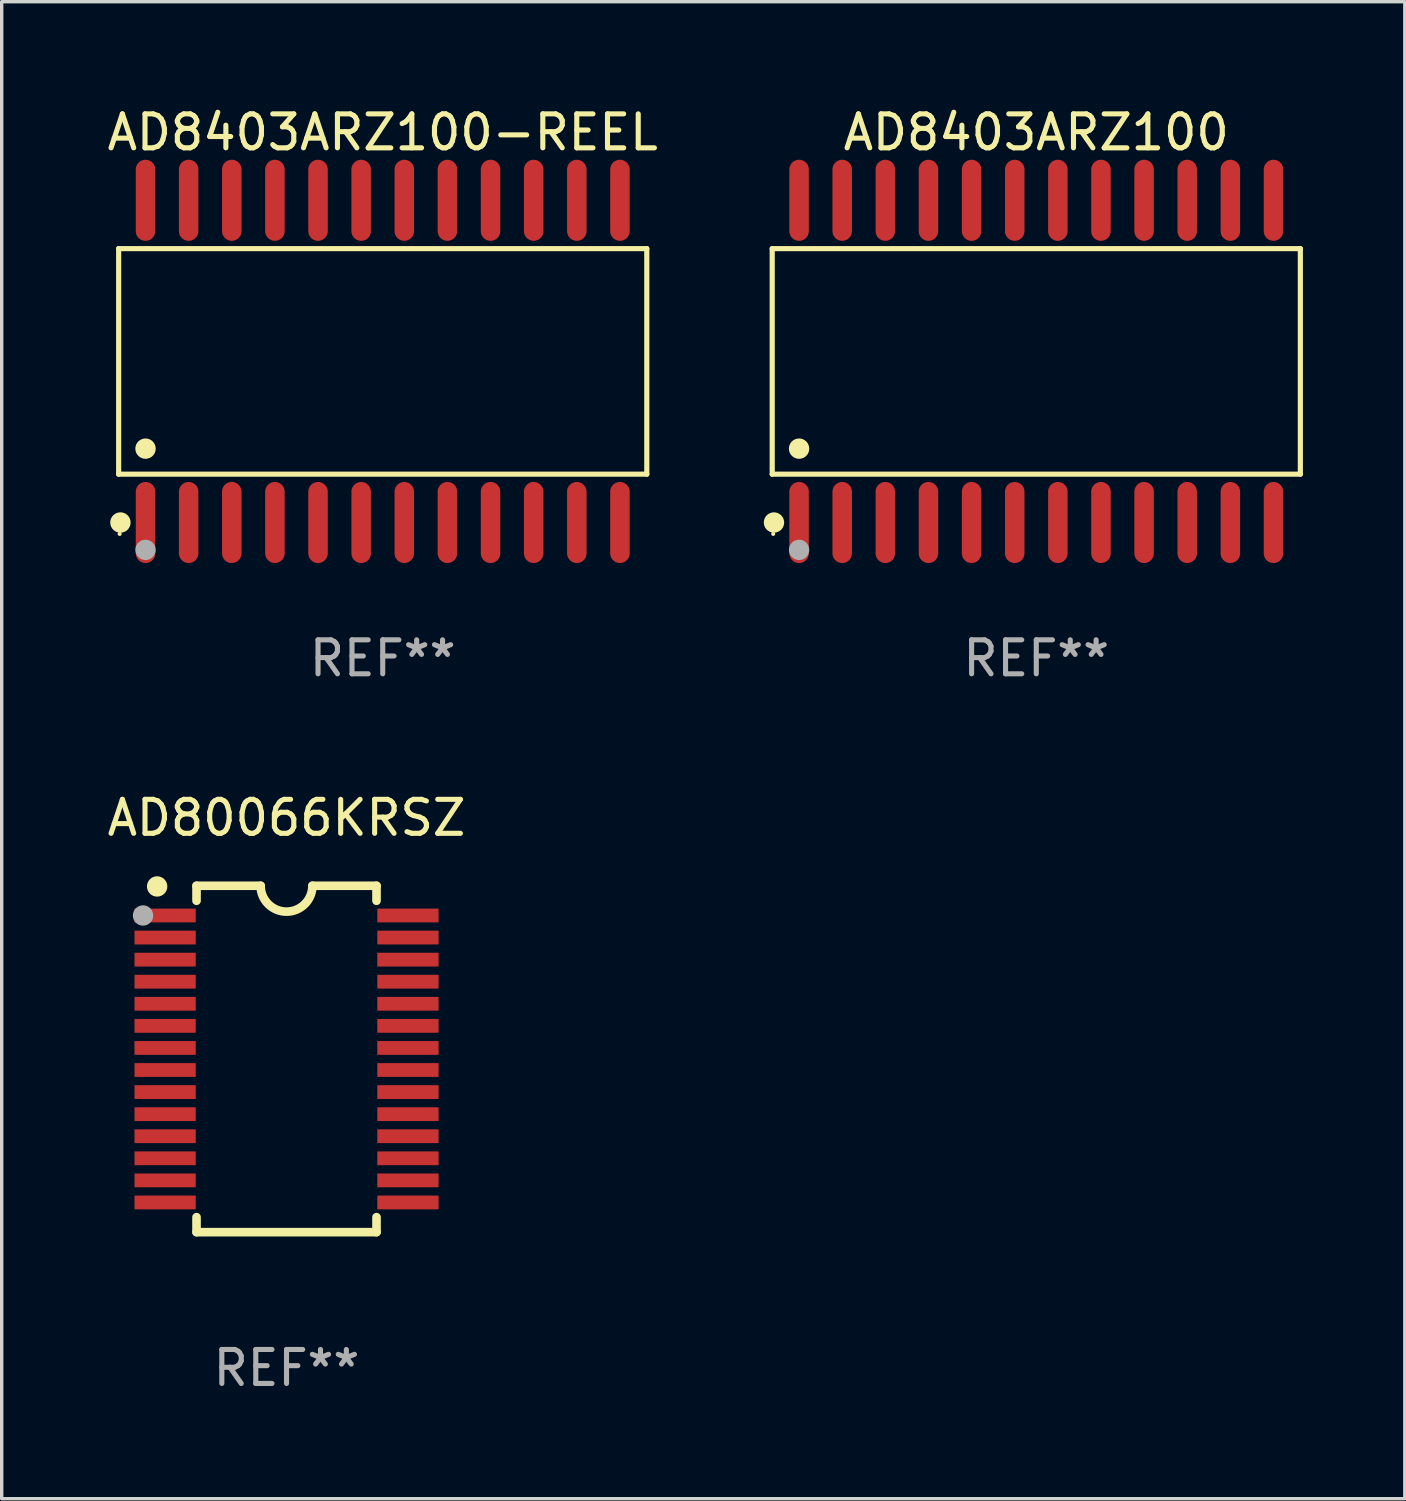
<source format=kicad_pcb>
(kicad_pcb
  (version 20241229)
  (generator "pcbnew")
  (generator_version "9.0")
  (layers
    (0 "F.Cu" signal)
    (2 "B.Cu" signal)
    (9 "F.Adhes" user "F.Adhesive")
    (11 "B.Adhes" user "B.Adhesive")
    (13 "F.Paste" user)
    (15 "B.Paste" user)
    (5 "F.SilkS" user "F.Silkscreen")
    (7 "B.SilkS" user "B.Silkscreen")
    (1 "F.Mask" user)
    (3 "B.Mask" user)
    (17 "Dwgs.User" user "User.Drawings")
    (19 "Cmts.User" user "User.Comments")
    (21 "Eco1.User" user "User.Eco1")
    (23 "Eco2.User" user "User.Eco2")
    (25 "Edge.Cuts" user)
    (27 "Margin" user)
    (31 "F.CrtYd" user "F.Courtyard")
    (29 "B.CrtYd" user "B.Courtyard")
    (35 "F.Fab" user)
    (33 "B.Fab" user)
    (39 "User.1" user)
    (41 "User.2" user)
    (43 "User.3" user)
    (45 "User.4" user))
  (footprint "AD8403ARZ100-REEL"
    (layer "F.Cu")
    (at 8.22 7.592)
    (property "Reference" "AD8403ARZ100-REEL" (at 0 -6.744 0) (layer "F.SilkS") (effects (font (size 1 1) (thickness 0.15))))
    (attr through_hole)
    (fp_line (start -7.776 -3.321) (end 7.776 -3.321) (stroke (width 0.152) (type solid)) (layer "F.SilkS"))
    (fp_line (start -7.776 3.321) (end -7.776 -3.321) (stroke (width 0.152) (type solid)) (layer "F.SilkS"))
    (fp_line (start 7.776 -3.321) (end 7.776 3.321) (stroke (width 0.152) (type solid)) (layer "F.SilkS"))
    (fp_line (start 7.776 3.321) (end -7.776 3.321) (stroke (width 0.152) (type solid)) (layer "F.SilkS"))
    (fp_circle (center -7.747 5.08) (end -7.717 5.08) (stroke (width 0.06) (type solid)) (fill no) (layer "F.SilkS"))
    (fp_circle (center -7.724 4.744) (end -7.574 4.744) (stroke (width 0.3) (type solid)) (fill no) (layer "F.SilkS"))
    (fp_circle (center -6.985 2.569) (end -6.835 2.569) (stroke (width 0.3) (type solid)) (fill no) (layer "F.SilkS"))
    (fp_circle (center -6.985 5.55) (end -6.835 5.55) (stroke (width 0.3) (type solid)) (fill no) (layer "F.Fab"))
    (fp_text user "REF**" (at 0 8.744 0) (layer "F.Fab") (effects (font (size 1 1) (thickness 0.15))))
    (pad "1" smd oval (at -6.985 4.744) (size 0.574 2.388) (layers "F.Cu" "F.Mask" "F.Paste"))
    (pad "2" smd oval (at -5.715 4.744) (size 0.574 2.388) (layers "F.Cu" "F.Mask" "F.Paste"))
    (pad "3" smd oval (at -4.445 4.744) (size 0.574 2.388) (layers "F.Cu" "F.Mask" "F.Paste"))
    (pad "4" smd oval (at -3.175 4.744) (size 0.574 2.388) (layers "F.Cu" "F.Mask" "F.Paste"))
    (pad "5" smd oval (at -1.905 4.744) (size 0.574 2.388) (layers "F.Cu" "F.Mask" "F.Paste"))
    (pad "6" smd oval (at -0.635 4.744) (size 0.574 2.388) (layers "F.Cu" "F.Mask" "F.Paste"))
    (pad "7" smd oval (at 0.635 4.744) (size 0.574 2.388) (layers "F.Cu" "F.Mask" "F.Paste"))
    (pad "8" smd oval (at 1.905 4.744) (size 0.574 2.388) (layers "F.Cu" "F.Mask" "F.Paste"))
    (pad "9" smd oval (at 3.175 4.744) (size 0.574 2.388) (layers "F.Cu" "F.Mask" "F.Paste"))
    (pad "10" smd oval (at 4.445 4.744) (size 0.574 2.388) (layers "F.Cu" "F.Mask" "F.Paste"))
    (pad "11" smd oval (at 5.715 4.744) (size 0.574 2.388) (layers "F.Cu" "F.Mask" "F.Paste"))
    (pad "12" smd oval (at 6.985 4.744) (size 0.574 2.388) (layers "F.Cu" "F.Mask" "F.Paste"))
    (pad "13" smd oval (at 6.985 -4.744) (size 0.574 2.388) (layers "F.Cu" "F.Mask" "F.Paste"))
    (pad "14" smd oval (at 5.715 -4.744) (size 0.574 2.388) (layers "F.Cu" "F.Mask" "F.Paste"))
    (pad "15" smd oval (at 4.445 -4.744) (size 0.574 2.388) (layers "F.Cu" "F.Mask" "F.Paste"))
    (pad "16" smd oval (at 3.175 -4.744) (size 0.574 2.388) (layers "F.Cu" "F.Mask" "F.Paste"))
    (pad "17" smd oval (at 1.905 -4.744) (size 0.574 2.388) (layers "F.Cu" "F.Mask" "F.Paste"))
    (pad "18" smd oval (at 0.635 -4.744) (size 0.574 2.388) (layers "F.Cu" "F.Mask" "F.Paste"))
    (pad "19" smd oval (at -0.635 -4.744) (size 0.574 2.388) (layers "F.Cu" "F.Mask" "F.Paste"))
    (pad "20" smd oval (at -1.905 -4.744) (size 0.574 2.388) (layers "F.Cu" "F.Mask" "F.Paste"))
    (pad "21" smd oval (at -3.175 -4.744) (size 0.574 2.388) (layers "F.Cu" "F.Mask" "F.Paste"))
    (pad "22" smd oval (at -4.445 -4.744) (size 0.574 2.388) (layers "F.Cu" "F.Mask" "F.Paste"))
    (pad "23" smd oval (at -5.715 -4.744) (size 0.574 2.388) (layers "F.Cu" "F.Mask" "F.Paste"))
    (pad "24" smd oval (at -6.985 -4.744) (size 0.574 2.388) (layers "F.Cu" "F.Mask" "F.Paste")))
  (footprint "AD8403ARZ100"
    (layer "F.Cu")
    (at 27.465 7.592)
    (property "Reference" "AD8403ARZ100" (at 0 -6.744 0) (layer "F.SilkS") (effects (font (size 1 1) (thickness 0.15))))
    (attr through_hole)
    (fp_line (start -7.776 -3.321) (end 7.776 -3.321) (stroke (width 0.152) (type solid)) (layer "F.SilkS"))
    (fp_line (start -7.776 3.321) (end -7.776 -3.321) (stroke (width 0.152) (type solid)) (layer "F.SilkS"))
    (fp_line (start 7.776 -3.321) (end 7.776 3.321) (stroke (width 0.152) (type solid)) (layer "F.SilkS"))
    (fp_line (start 7.776 3.321) (end -7.776 3.321) (stroke (width 0.152) (type solid)) (layer "F.SilkS"))
    (fp_circle (center -7.747 5.08) (end -7.717 5.08) (stroke (width 0.06) (type solid)) (fill no) (layer "F.SilkS"))
    (fp_circle (center -7.724 4.744) (end -7.574 4.744) (stroke (width 0.3) (type solid)) (fill no) (layer "F.SilkS"))
    (fp_circle (center -6.985 2.569) (end -6.835 2.569) (stroke (width 0.3) (type solid)) (fill no) (layer "F.SilkS"))
    (fp_circle (center -6.985 5.55) (end -6.835 5.55) (stroke (width 0.3) (type solid)) (fill no) (layer "F.Fab"))
    (fp_text user "REF**" (at 0 8.744 0) (layer "F.Fab") (effects (font (size 1 1) (thickness 0.15))))
    (pad "1" smd oval (at -6.985 4.744) (size 0.574 2.388) (layers "F.Cu" "F.Mask" "F.Paste"))
    (pad "2" smd oval (at -5.715 4.744) (size 0.574 2.388) (layers "F.Cu" "F.Mask" "F.Paste"))
    (pad "3" smd oval (at -4.445 4.744) (size 0.574 2.388) (layers "F.Cu" "F.Mask" "F.Paste"))
    (pad "4" smd oval (at -3.175 4.744) (size 0.574 2.388) (layers "F.Cu" "F.Mask" "F.Paste"))
    (pad "5" smd oval (at -1.905 4.744) (size 0.574 2.388) (layers "F.Cu" "F.Mask" "F.Paste"))
    (pad "6" smd oval (at -0.635 4.744) (size 0.574 2.388) (layers "F.Cu" "F.Mask" "F.Paste"))
    (pad "7" smd oval (at 0.635 4.744) (size 0.574 2.388) (layers "F.Cu" "F.Mask" "F.Paste"))
    (pad "8" smd oval (at 1.905 4.744) (size 0.574 2.388) (layers "F.Cu" "F.Mask" "F.Paste"))
    (pad "9" smd oval (at 3.175 4.744) (size 0.574 2.388) (layers "F.Cu" "F.Mask" "F.Paste"))
    (pad "10" smd oval (at 4.445 4.744) (size 0.574 2.388) (layers "F.Cu" "F.Mask" "F.Paste"))
    (pad "11" smd oval (at 5.715 4.744) (size 0.574 2.388) (layers "F.Cu" "F.Mask" "F.Paste"))
    (pad "12" smd oval (at 6.985 4.744) (size 0.574 2.388) (layers "F.Cu" "F.Mask" "F.Paste"))
    (pad "13" smd oval (at 6.985 -4.744) (size 0.574 2.388) (layers "F.Cu" "F.Mask" "F.Paste"))
    (pad "14" smd oval (at 5.715 -4.744) (size 0.574 2.388) (layers "F.Cu" "F.Mask" "F.Paste"))
    (pad "15" smd oval (at 4.445 -4.744) (size 0.574 2.388) (layers "F.Cu" "F.Mask" "F.Paste"))
    (pad "16" smd oval (at 3.175 -4.744) (size 0.574 2.388) (layers "F.Cu" "F.Mask" "F.Paste"))
    (pad "17" smd oval (at 1.905 -4.744) (size 0.574 2.388) (layers "F.Cu" "F.Mask" "F.Paste"))
    (pad "18" smd oval (at 0.635 -4.744) (size 0.574 2.388) (layers "F.Cu" "F.Mask" "F.Paste"))
    (pad "19" smd oval (at -0.635 -4.744) (size 0.574 2.388) (layers "F.Cu" "F.Mask" "F.Paste"))
    (pad "20" smd oval (at -1.905 -4.744) (size 0.574 2.388) (layers "F.Cu" "F.Mask" "F.Paste"))
    (pad "21" smd oval (at -3.175 -4.744) (size 0.574 2.388) (layers "F.Cu" "F.Mask" "F.Paste"))
    (pad "22" smd oval (at -4.445 -4.744) (size 0.574 2.388) (layers "F.Cu" "F.Mask" "F.Paste"))
    (pad "23" smd oval (at -5.715 -4.744) (size 0.574 2.388) (layers "F.Cu" "F.Mask" "F.Paste"))
    (pad "24" smd oval (at -6.985 -4.744) (size 0.574 2.388) (layers "F.Cu" "F.Mask" "F.Paste")))
  (footprint "AD80066KRSZ"
    (layer "F.Cu")
    (at 5.387 28.133)
    (property "Reference" "AD80066KRSZ" (at 0 -7.1 0) (layer "F.SilkS") (effects (font (size 1 1) (thickness 0.15))))
    (attr through_hole)
    (fp_line (start -2.65 -5.1) (end -0.762 -5.1) (stroke (width 0.254) (type solid)) (layer "F.SilkS"))
    (fp_line (start -2.65 -4.658) (end -2.65 -5.1) (stroke (width 0.254) (type solid)) (layer "F.SilkS"))
    (fp_line (start -2.65 5.1) (end -2.65 4.658) (stroke (width 0.254) (type solid)) (layer "F.SilkS"))
    (fp_line (start -2.65 5.1) (end 2.65 5.1) (stroke (width 0.254) (type solid)) (layer "F.SilkS"))
    (fp_line (start 2.65 -5.1) (end 0.762 -5.1) (stroke (width 0.254) (type solid)) (layer "F.SilkS"))
    (fp_line (start 2.65 -5.1) (end 2.65 -4.658) (stroke (width 0.254) (type solid)) (layer "F.SilkS"))
    (fp_line (start 2.65 4.658) (end 2.65 5.1) (stroke (width 0.254) (type solid)) (layer "F.SilkS"))
    (fp_arc (start 0.761925 -5.1) (mid -0.000241 -4.338329) (end -0.762077 -5.10033) (stroke (width 0.254001) (type solid)) (layer "F.SilkS"))
    (fp_circle (center -3.858 -5.07) (end -3.828 -5.07) (stroke (width 0.06) (type solid)) (fill no) (layer "F.SilkS"))
    (fp_circle (center -3.81 -5.08) (end -3.66 -5.08) (stroke (width 0.3) (type solid)) (fill no) (layer "F.SilkS"))
    (fp_circle (center -4.225 -4.225) (end -4.075 -4.225) (stroke (width 0.3) (type solid)) (fill no) (layer "F.Fab"))
    (fp_text user "REF**" (at 0 9.1 0) (layer "F.Fab") (effects (font (size 1 1) (thickness 0.15))))
    (pad "1" smd rect (at -3.575 -4.225) (size 1.803 0.406) (layers "F.Cu" "F.Mask" "F.Paste"))
    (pad "2" smd rect (at -3.575 -3.575) (size 1.803 0.406) (layers "F.Cu" "F.Mask" "F.Paste"))
    (pad "3" smd rect (at -3.575 -2.925) (size 1.803 0.406) (layers "F.Cu" "F.Mask" "F.Paste"))
    (pad "4" smd rect (at -3.575 -2.275) (size 1.803 0.406) (layers "F.Cu" "F.Mask" "F.Paste"))
    (pad "5" smd rect (at -3.575 -1.625) (size 1.803 0.406) (layers "F.Cu" "F.Mask" "F.Paste"))
    (pad "6" smd rect (at -3.575 -0.975) (size 1.803 0.406) (layers "F.Cu" "F.Mask" "F.Paste"))
    (pad "7" smd rect (at -3.575 -0.325) (size 1.803 0.406) (layers "F.Cu" "F.Mask" "F.Paste"))
    (pad "8" smd rect (at -3.575 0.325) (size 1.803 0.406) (layers "F.Cu" "F.Mask" "F.Paste"))
    (pad "9" smd rect (at -3.575 0.975) (size 1.803 0.406) (layers "F.Cu" "F.Mask" "F.Paste"))
    (pad "10" smd rect (at -3.575 1.625) (size 1.803 0.406) (layers "F.Cu" "F.Mask" "F.Paste"))
    (pad "11" smd rect (at -3.575 2.275) (size 1.803 0.406) (layers "F.Cu" "F.Mask" "F.Paste"))
    (pad "12" smd rect (at -3.575 2.925) (size 1.803 0.406) (layers "F.Cu" "F.Mask" "F.Paste"))
    (pad "13" smd rect (at -3.575 3.575) (size 1.803 0.406) (layers "F.Cu" "F.Mask" "F.Paste"))
    (pad "14" smd rect (at -3.575 4.225) (size 1.803 0.406) (layers "F.Cu" "F.Mask" "F.Paste"))
    (pad "15" smd rect (at 3.575 4.225) (size 1.803 0.406) (layers "F.Cu" "F.Mask" "F.Paste"))
    (pad "16" smd rect (at 3.575 3.575) (size 1.803 0.406) (layers "F.Cu" "F.Mask" "F.Paste"))
    (pad "17" smd rect (at 3.575 2.925) (size 1.803 0.406) (layers "F.Cu" "F.Mask" "F.Paste"))
    (pad "18" smd rect (at 3.575 2.275) (size 1.803 0.406) (layers "F.Cu" "F.Mask" "F.Paste"))
    (pad "19" smd rect (at 3.575 1.625) (size 1.803 0.406) (layers "F.Cu" "F.Mask" "F.Paste"))
    (pad "20" smd rect (at 3.575 0.975) (size 1.803 0.406) (layers "F.Cu" "F.Mask" "F.Paste"))
    (pad "21" smd rect (at 3.575 0.325) (size 1.803 0.406) (layers "F.Cu" "F.Mask" "F.Paste"))
    (pad "22" smd rect (at 3.575 -0.325) (size 1.803 0.406) (layers "F.Cu" "F.Mask" "F.Paste"))
    (pad "23" smd rect (at 3.575 -0.975) (size 1.803 0.406) (layers "F.Cu" "F.Mask" "F.Paste"))
    (pad "24" smd rect (at 3.575 -1.625) (size 1.803 0.406) (layers "F.Cu" "F.Mask" "F.Paste"))
    (pad "25" smd rect (at 3.575 -2.275) (size 1.803 0.406) (layers "F.Cu" "F.Mask" "F.Paste"))
    (pad "26" smd rect (at 3.575 -2.925) (size 1.803 0.406) (layers "F.Cu" "F.Mask" "F.Paste"))
    (pad "27" smd rect (at 3.575 -3.575) (size 1.803 0.406) (layers "F.Cu" "F.Mask" "F.Paste"))
    (pad "28" smd rect (at 3.575 -4.225) (size 1.803 0.406) (layers "F.Cu" "F.Mask" "F.Paste")))
  (gr_rect
    (start -3 -3)
    (end 38.317 41.081)
    (stroke (width 0.1) (type default))
    (fill no)
    (layer "Edge.Cuts")))
</source>
